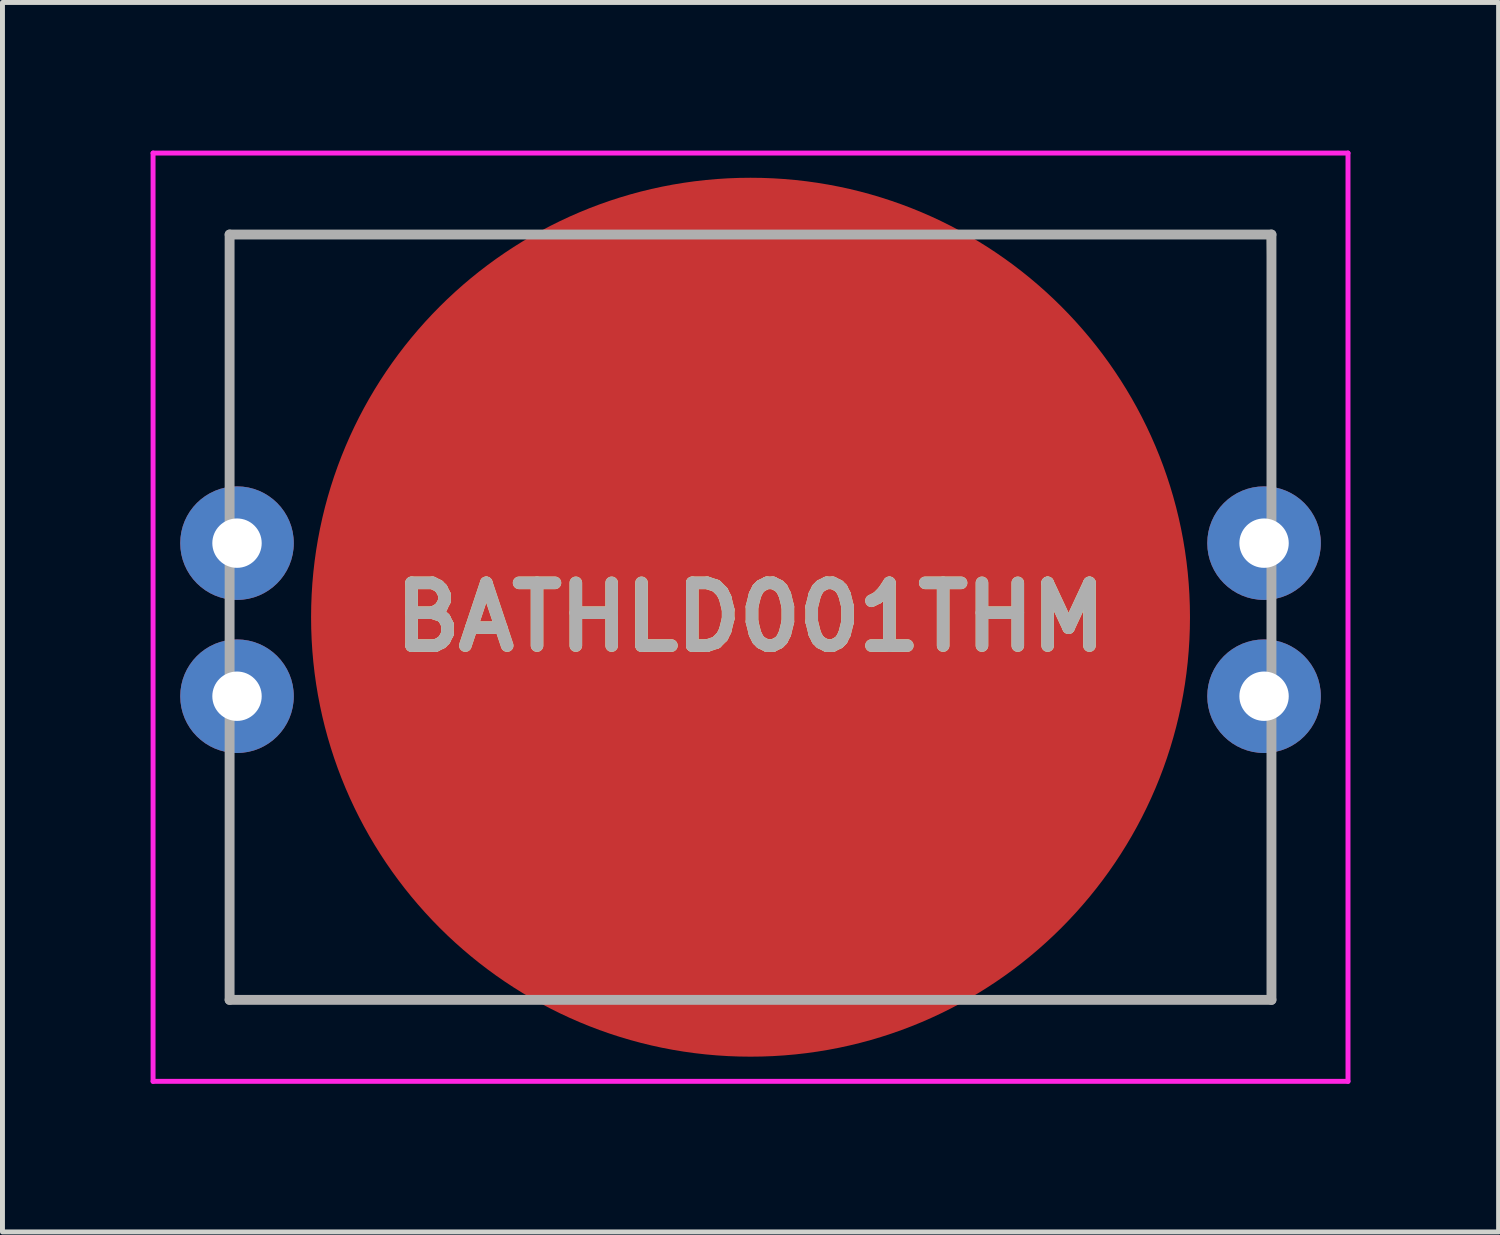
<source format=kicad_pcb>
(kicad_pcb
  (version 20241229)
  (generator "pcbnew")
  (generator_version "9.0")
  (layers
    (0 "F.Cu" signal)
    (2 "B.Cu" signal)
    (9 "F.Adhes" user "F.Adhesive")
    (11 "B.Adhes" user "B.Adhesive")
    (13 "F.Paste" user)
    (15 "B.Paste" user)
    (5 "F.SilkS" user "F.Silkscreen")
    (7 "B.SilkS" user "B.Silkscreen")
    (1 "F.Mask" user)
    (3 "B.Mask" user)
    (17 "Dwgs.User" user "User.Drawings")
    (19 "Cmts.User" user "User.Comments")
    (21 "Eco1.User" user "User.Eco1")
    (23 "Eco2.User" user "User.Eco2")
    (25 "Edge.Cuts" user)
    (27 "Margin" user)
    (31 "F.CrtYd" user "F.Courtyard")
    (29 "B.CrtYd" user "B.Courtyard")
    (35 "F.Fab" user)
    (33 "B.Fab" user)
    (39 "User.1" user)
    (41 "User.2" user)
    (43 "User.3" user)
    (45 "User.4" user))
  (footprint "BATHLD001THM"
    (layer "F.Cu")
    (at 12.15 9.45)
    (property "Reference" "BATHLD001THM" (at 0 0 0) (layer "F.SilkS") (effects (font (size 1.27 1.27) (thickness 0.254))))
    (attr through_hole)
    (fp_line (start -10.55 -7.75) (end -10.55 -3.5) (stroke (width 0.1) (type solid)) (layer "F.SilkS"))
    (fp_line (start -10.55 3.5) (end -10.55 7.75) (stroke (width 0.1) (type solid)) (layer "F.SilkS"))
    (fp_line (start -10.55 7.75) (end -5.5 7.75) (stroke (width 0.1) (type solid)) (layer "F.SilkS"))
    (fp_line (start -5 -7.75) (end -10.55 -7.75) (stroke (width 0.1) (type solid)) (layer "F.SilkS"))
    (fp_line (start 5 -7.75) (end 10.505 -7.75) (stroke (width 0.1) (type solid)) (layer "F.SilkS"))
    (fp_line (start 10.505 -7.75) (end 10.55 -3.5) (stroke (width 0.1) (type solid)) (layer "F.SilkS"))
    (fp_line (start 10.55 3.5) (end 10.55 7.75) (stroke (width 0.1) (type solid)) (layer "F.SilkS"))
    (fp_line (start 10.55 7.75) (end 5.5 7.75) (stroke (width 0.1) (type solid)) (layer "F.SilkS"))
    (fp_line (start -12.1 -9.4) (end 12.1 -9.4) (stroke (width 0.1) (type solid)) (layer "F.CrtYd"))
    (fp_line (start -12.1 9.4) (end -12.1 -9.4) (stroke (width 0.1) (type solid)) (layer "F.CrtYd"))
    (fp_line (start 12.1 -9.4) (end 12.1 9.4) (stroke (width 0.1) (type solid)) (layer "F.CrtYd"))
    (fp_line (start 12.1 9.4) (end -12.1 9.4) (stroke (width 0.1) (type solid)) (layer "F.CrtYd"))
    (fp_line (start -10.55 -7.75) (end 10.55 -7.75) (stroke (width 0.2) (type solid)) (layer "F.Fab"))
    (fp_line (start -10.55 7.75) (end -10.55 -7.75) (stroke (width 0.2) (type solid)) (layer "F.Fab"))
    (fp_line (start 10.55 -7.75) (end 10.55 7.75) (stroke (width 0.2) (type solid)) (layer "F.Fab"))
    (fp_line (start 10.55 7.75) (end -10.55 7.75) (stroke (width 0.2) (type solid)) (layer "F.Fab"))
    (fp_text user "${REFERENCE}" (at 0 0 0) (layer "F.Fab") (effects (font (size 1.27 1.27) (thickness 0.254))))
    (pad "1" thru_hole circle (at -10.4 -1.5) (size 2.3 2.3) (drill 1) (layers "*.Cu" "*.Mask"))
    (pad "2" thru_hole circle (at -10.4 1.6) (size 2.3 2.3) (drill 1) (layers "*.Cu" "*.Mask"))
    (pad "3" thru_hole circle (at 10.4 1.6) (size 2.3 2.3) (drill 1) (layers "*.Cu" "*.Mask"))
    (pad "4" thru_hole circle (at 10.4 -1.5) (size 2.3 2.3) (drill 1) (layers "*.Cu" "*.Mask"))
    (pad "5" smd circle (at 0 0 90) (size 17.8 17.8) (layers "F.Cu" "F.Mask" "F.Paste")))
  (gr_rect
    (start -3 -3)
    (end 27.3 21.9)
    (stroke (width 0.1) (type default))
    (fill no)
    (layer "Edge.Cuts")))
</source>
